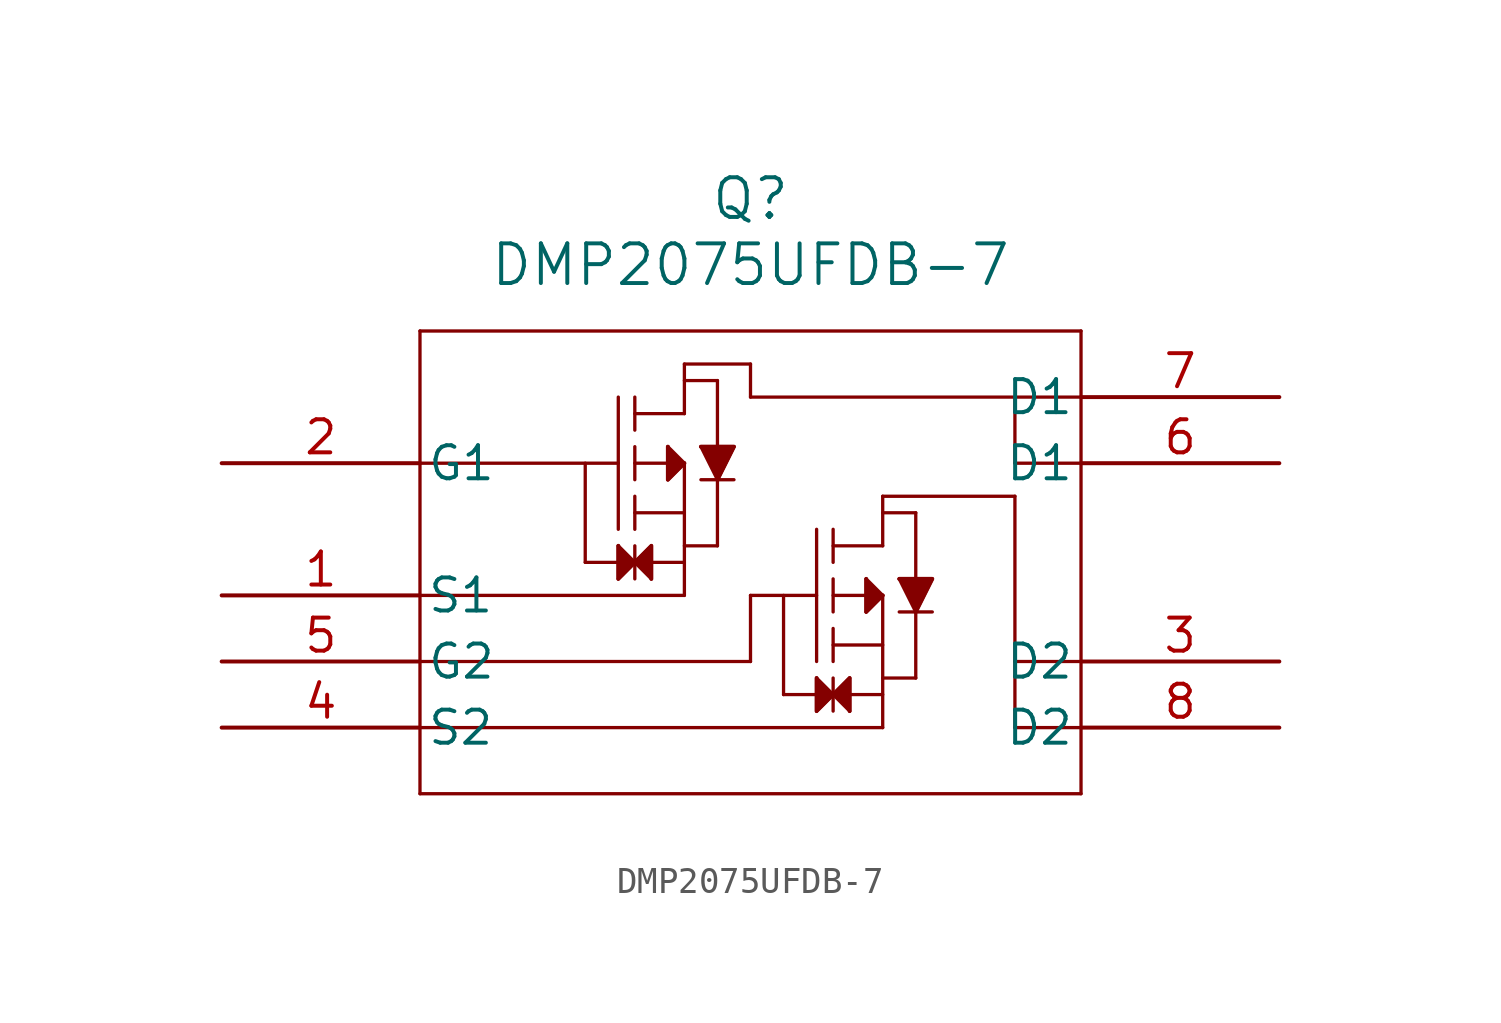
<source format=kicad_sym>
(kicad_symbol_lib
  (version 20211014)
  (generator kicad_symbol_editor)
  (symbol "DMP2075UFDB-7"
    (pin_names
      (offset 0.254))
    (property "Reference" "Q"
      (at 20.32 10.16 0)
      (effects (font (size 1.524 1.524))))
    (property "Value" "DMP2075UFDB-7"
      (at 20.32 7.62 0)
      (effects (font (size 1.524 1.524))))
    (symbol "DMP2075UFDB-7_0_1"
      (polyline (pts (xy 7.62 5.08) (xy 7.62 -12.7)) (stroke (width 0.127) (type default) (color 0 0 0 0)) (fill (type none)))
      (polyline (pts (xy 7.62 -12.7) (xy 33.02 -12.7)) (stroke (width 0.127) (type default) (color 0 0 0 0)) (fill (type none)))
      (polyline (pts (xy 33.02 -12.7) (xy 33.02 5.08)) (stroke (width 0.127) (type default) (color 0 0 0 0)) (fill (type none)))
      (polyline (pts (xy 33.02 5.08) (xy 7.62 5.08)) (stroke (width 0.127) (type default) (color 0 0 0 0)) (fill (type none)))
      (polyline (pts (xy 15.24 2.54) (xy 15.24 -2.54)) (stroke (width 0.127) (type default) (color 0 0 0 0)) (fill (type none)))
      (polyline (pts (xy 15.875 2.54) (xy 15.875 1.27)) (stroke (width 0.127) (type default) (color 0 0 0 0)) (fill (type none)))
      (polyline (pts (xy 15.875 0.635) (xy 15.875 -0.635)) (stroke (width 0.127) (type default) (color 0 0 0 0)) (fill (type none)))
      (polyline (pts (xy 15.875 -1.27) (xy 15.875 -2.54)) (stroke (width 0.127) (type default) (color 0 0 0 0)) (fill (type none)))
      (polyline (pts (xy 15.875 0) (xy 17.78 0)) (stroke (width 0.127) (type default) (color 0 0 0 0)) (fill (type none)))
      (polyline (pts (xy 15.875 -1.905) (xy 17.78 -1.905)) (stroke (width 0.127) (type default) (color 0 0 0 0)) (fill (type none)))
      (polyline (pts (xy 15.875 1.905) (xy 17.78 1.905)) (stroke (width 0.127) (type default) (color 0 0 0 0)) (fill (type none)))
      (polyline (pts (xy 15.24 0) (xy 7.62 0)) (stroke (width 0.127) (type default) (color 0 0 0 0)) (fill (type none)))
      (polyline (pts (xy 17.78 0) (xy 17.78 -5.08)) (stroke (width 0.127) (type default) (color 0 0 0 0)) (fill (type none)))
      (polyline (pts (xy 13.97 0) (xy 13.97 -3.81)) (stroke (width 0.127) (type default) (color 0 0 0 0)) (fill (type none)))
      (polyline (pts (xy 13.97 -3.81) (xy 17.78 -3.81)) (stroke (width 0.127) (type default) (color 0 0 0 0)) (fill (type none)))
      (polyline (pts (xy 15.24 -3.175) (xy 15.24 -4.445)) (stroke (width 0.127) (type default) (color 0 0 0 0)) (fill (type none)))
      (polyline (pts (xy 15.24 -4.445) (xy 16.51 -3.175)) (stroke (width 0.127) (type default) (color 0 0 0 0)) (fill (type none)))
      (polyline (pts (xy 16.51 -3.175) (xy 16.51 -4.445)) (stroke (width 0.127) (type default) (color 0 0 0 0)) (fill (type none)))
      (polyline (pts (xy 16.51 -4.445) (xy 15.24 -3.175)) (stroke (width 0.127) (type default) (color 0 0 0 0)) (fill (type none)))
      (polyline (pts (xy 15.875 -3.175) (xy 15.875 -4.445)) (stroke (width 0.127) (type default) (color 0 0 0 0)) (fill (type none)))
      (polyline (pts (xy 17.78 0) (xy 17.145 0.635)) (stroke (width 0.127) (type default) (color 0 0 0 0)) (fill (type none)))
      (polyline (pts (xy 17.145 0.635) (xy 17.145 -0.635)) (stroke (width 0.127) (type default) (color 0 0 0 0)) (fill (type none)))
      (polyline (pts (xy 17.145 -0.635) (xy 17.78 0)) (stroke (width 0.127) (type default) (color 0 0 0 0)) (fill (type none)))
      (polyline (pts (xy 17.78 1.905) (xy 17.78 3.81)) (stroke (width 0.127) (type default) (color 0 0 0 0)) (fill (type none)))
      (polyline (pts (xy 17.78 3.175) (xy 19.05 3.175)) (stroke (width 0.127) (type default) (color 0 0 0 0)) (fill (type none)))
      (polyline (pts (xy 17.78 -3.175) (xy 19.05 -3.175)) (stroke (width 0.127) (type default) (color 0 0 0 0)) (fill (type none)))
      (polyline (pts (xy 19.05 3.175) (xy 19.05 -3.175)) (stroke (width 0.127) (type default) (color 0 0 0 0)) (fill (type none)))
      (polyline (pts (xy 18.415 0.635) (xy 19.685 0.635)) (stroke (width 0.127) (type default) (color 0 0 0 0)) (fill (type none)))
      (polyline (pts (xy 18.415 0.635) (xy 19.05 -0.635)) (stroke (width 0.127) (type default) (color 0 0 0 0)) (fill (type none)))
      (polyline (pts (xy 19.685 0.635) (xy 19.05 -0.635)) (stroke (width 0.127) (type default) (color 0 0 0 0)) (fill (type none)))
      (polyline (pts (xy 18.415 -0.635) (xy 19.685 -0.635)) (stroke (width 0.127) (type default) (color 0 0 0 0)) (fill (type none)))
      (polyline (pts (xy 33.02 0) (xy 30.48 0)) (stroke (width 0.127) (type default) (color 0 0 0 0)) (fill (type none)))
      (polyline (pts (xy 30.48 0) (xy 30.48 2.54)) (stroke (width 0.127) (type default) (color 0 0 0 0)) (fill (type none)))
      (polyline (pts (xy 20.32 2.54) (xy 33.02 2.54)) (stroke (width 0.127) (type default) (color 0 0 0 0)) (fill (type none)))
      (polyline (pts (xy 33.02 -7.62) (xy 30.48 -7.62)) (stroke (width 0.127) (type default) (color 0 0 0 0)) (fill (type none)))
      (polyline (pts (xy 30.48 -7.62) (xy 30.48 -10.16)) (stroke (width 0.127) (type default) (color 0 0 0 0)) (fill (type none)))
      (polyline (pts (xy 30.48 -10.16) (xy 33.02 -10.16)) (stroke (width 0.127) (type default) (color 0 0 0 0)) (fill (type none)))
      (polyline (pts (xy 7.62 -5.08) (xy 17.78 -5.08)) (stroke (width 0.127) (type default) (color 0 0 0 0)) (fill (type none)))
      (polyline (pts (xy 17.78 3.81) (xy 20.32 3.81)) (stroke (width 0.127) (type default) (color 0 0 0 0)) (fill (type none)))
      (polyline (pts (xy 20.32 3.81) (xy 20.32 2.54)) (stroke (width 0.127) (type default) (color 0 0 0 0)) (fill (type none)))
      (polyline (pts (xy 17.145 0.635) (xy 17.145 -0.635) (xy 17.78 0)) (stroke (width 0) (type default) (color 0 0 0 0)) (fill (type outline)))
      (polyline (pts (xy 18.415 0.635) (xy 19.685 0.635) (xy 19.05 -0.635)) (stroke (width 0) (type default) (color 0 0 0 0)) (fill (type outline)))
      (polyline (pts (xy 15.24 -3.175) (xy 15.24 -4.445) (xy 16.51 -3.175) (xy 16.51 -4.445)) (stroke (width 0) (type default) (color 0 0 0 0)) (fill (type outline)))
      (polyline (pts (xy 22.86 -2.54) (xy 22.86 -7.62)) (stroke (width 0.127) (type default) (color 0 0 0 0)) (fill (type none)))
      (polyline (pts (xy 23.495 -2.54) (xy 23.495 -3.81)) (stroke (width 0.127) (type default) (color 0 0 0 0)) (fill (type none)))
      (polyline (pts (xy 23.495 -4.445) (xy 23.495 -5.715)) (stroke (width 0.127) (type default) (color 0 0 0 0)) (fill (type none)))
      (polyline (pts (xy 23.495 -6.35) (xy 23.495 -7.62)) (stroke (width 0.127) (type default) (color 0 0 0 0)) (fill (type none)))
      (polyline (pts (xy 23.495 -5.08) (xy 25.4 -5.08)) (stroke (width 0.127) (type default) (color 0 0 0 0)) (fill (type none)))
      (polyline (pts (xy 23.495 -6.985) (xy 25.4 -6.985)) (stroke (width 0.127) (type default) (color 0 0 0 0)) (fill (type none)))
      (polyline (pts (xy 23.495 -3.175) (xy 25.4 -3.175)) (stroke (width 0.127) (type default) (color 0 0 0 0)) (fill (type none)))
      (polyline (pts (xy 22.86 -5.08) (xy 20.32 -5.08)) (stroke (width 0.127) (type default) (color 0 0 0 0)) (fill (type none)))
      (polyline (pts (xy 25.4 -5.08) (xy 25.4 -10.16)) (stroke (width 0.127) (type default) (color 0 0 0 0)) (fill (type none)))
      (polyline (pts (xy 21.59 -5.08) (xy 21.59 -8.89)) (stroke (width 0.127) (type default) (color 0 0 0 0)) (fill (type none)))
      (polyline (pts (xy 21.59 -8.89) (xy 25.4 -8.89)) (stroke (width 0.127) (type default) (color 0 0 0 0)) (fill (type none)))
      (polyline (pts (xy 22.86 -8.255) (xy 22.86 -9.525)) (stroke (width 0.127) (type default) (color 0 0 0 0)) (fill (type none)))
      (polyline (pts (xy 22.86 -9.525) (xy 24.13 -8.255)) (stroke (width 0.127) (type default) (color 0 0 0 0)) (fill (type none)))
      (polyline (pts (xy 24.13 -8.255) (xy 24.13 -9.525)) (stroke (width 0.127) (type default) (color 0 0 0 0)) (fill (type none)))
      (polyline (pts (xy 24.13 -9.525) (xy 22.86 -8.255)) (stroke (width 0.127) (type default) (color 0 0 0 0)) (fill (type none)))
      (polyline (pts (xy 23.495 -8.255) (xy 23.495 -9.525)) (stroke (width 0.127) (type default) (color 0 0 0 0)) (fill (type none)))
      (polyline (pts (xy 25.4 -5.08) (xy 24.765 -4.445)) (stroke (width 0.127) (type default) (color 0 0 0 0)) (fill (type none)))
      (polyline (pts (xy 24.765 -4.445) (xy 24.765 -5.715)) (stroke (width 0.127) (type default) (color 0 0 0 0)) (fill (type none)))
      (polyline (pts (xy 24.765 -5.715) (xy 25.4 -5.08)) (stroke (width 0.127) (type default) (color 0 0 0 0)) (fill (type none)))
      (polyline (pts (xy 25.4 -3.175) (xy 25.4 -1.27)) (stroke (width 0.127) (type default) (color 0 0 0 0)) (fill (type none)))
      (polyline (pts (xy 25.4 -1.905) (xy 26.67 -1.905)) (stroke (width 0.127) (type default) (color 0 0 0 0)) (fill (type none)))
      (polyline (pts (xy 25.4 -8.255) (xy 26.67 -8.255)) (stroke (width 0.127) (type default) (color 0 0 0 0)) (fill (type none)))
      (polyline (pts (xy 26.67 -1.905) (xy 26.67 -8.255)) (stroke (width 0.127) (type default) (color 0 0 0 0)) (fill (type none)))
      (polyline (pts (xy 26.035 -4.445) (xy 27.305 -4.445)) (stroke (width 0.127) (type default) (color 0 0 0 0)) (fill (type none)))
      (polyline (pts (xy 26.035 -4.445) (xy 26.67 -5.715)) (stroke (width 0.127) (type default) (color 0 0 0 0)) (fill (type none)))
      (polyline (pts (xy 27.305 -4.445) (xy 26.67 -5.715)) (stroke (width 0.127) (type default) (color 0 0 0 0)) (fill (type none)))
      (polyline (pts (xy 26.035 -5.715) (xy 27.305 -5.715)) (stroke (width 0.127) (type default) (color 0 0 0 0)) (fill (type none)))
      (polyline (pts (xy 30.48 -1.27) (xy 30.48 -7.62)) (stroke (width 0.127) (type default) (color 0 0 0 0)) (fill (type none)))
      (polyline (pts (xy 7.62 -10.16) (xy 25.4 -10.16)) (stroke (width 0.127) (type default) (color 0 0 0 0)) (fill (type none)))
      (polyline (pts (xy 25.4 -1.27) (xy 30.48 -1.27)) (stroke (width 0.127) (type default) (color 0 0 0 0)) (fill (type none)))
      (polyline (pts (xy 7.62 -7.62) (xy 20.32 -7.62)) (stroke (width 0.127) (type default) (color 0 0 0 0)) (fill (type none)))
      (polyline (pts (xy 24.765 -4.445) (xy 24.765 -5.715) (xy 25.4 -5.08)) (stroke (width 0) (type default) (color 0 0 0 0)) (fill (type outline)))
      (polyline (pts (xy 26.035 -4.445) (xy 27.305 -4.445) (xy 26.67 -5.715)) (stroke (width 0) (type default) (color 0 0 0 0)) (fill (type outline)))
      (polyline (pts (xy 22.86 -8.255) (xy 22.86 -9.525) (xy 24.13 -8.255) (xy 24.13 -9.525)) (stroke (width 0) (type default) (color 0 0 0 0)) (fill (type outline)))
      (polyline (pts (xy 20.32 -5.08) (xy 20.32 -7.62)) (stroke (width 0.127) (type default) (color 0 0 0 0)) (fill (type none)))
      (pin unspecified line (at 0 -5.08 0) (length 7.62) (name "S1" (effects (font (size 1.27 1.27)))) (number "1" (effects (font (size 1.27 1.27)))))
      (pin unspecified line (at 0 0 0) (length 7.62) (name "G1" (effects (font (size 1.27 1.27)))) (number "2" (effects (font (size 1.27 1.27)))))
      (pin unspecified line (at 40.64 -7.62 180) (length 7.62) (name "D2" (effects (font (size 1.27 1.27)))) (number "3" (effects (font (size 1.27 1.27)))))
      (pin unspecified line (at 0 -10.16 0) (length 7.62) (name "S2" (effects (font (size 1.27 1.27)))) (number "4" (effects (font (size 1.27 1.27)))))
      (pin unspecified line (at 0 -7.62 0) (length 7.62) (name "G2" (effects (font (size 1.27 1.27)))) (number "5" (effects (font (size 1.27 1.27)))))
      (pin unspecified line (at 40.64 0 180) (length 7.62) (name "D1" (effects (font (size 1.27 1.27)))) (number "6" (effects (font (size 1.27 1.27)))))
      (pin unspecified line (at 40.64 2.54 180) (length 7.62) (name "D1" (effects (font (size 1.27 1.27)))) (number "7" (effects (font (size 1.27 1.27)))))
      (pin unspecified line (at 40.64 -10.16 180) (length 7.62) (name "D2" (effects (font (size 1.27 1.27)))) (number "8" (effects (font (size 1.27 1.27))))))))
</source>
